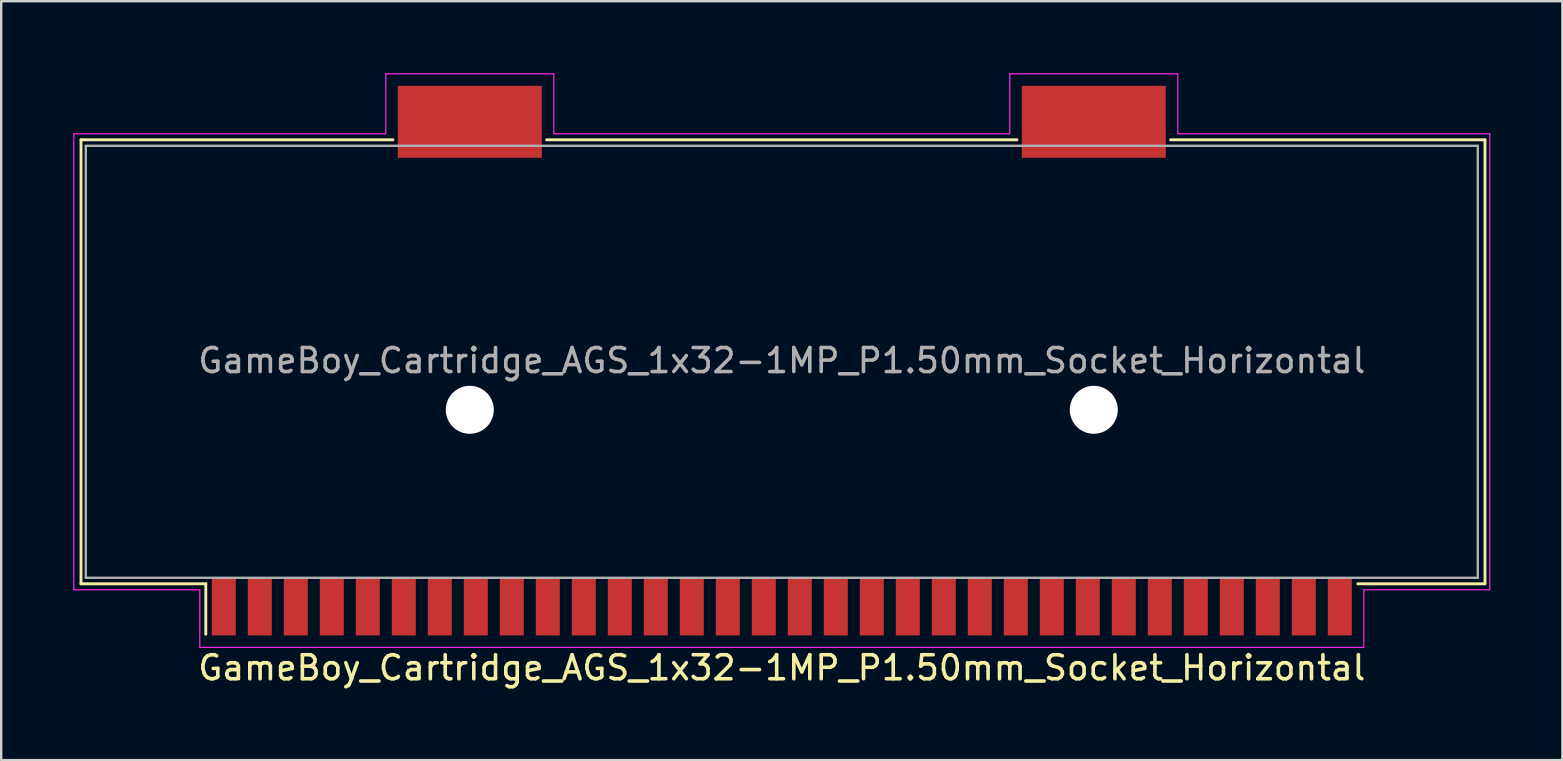
<source format=kicad_pcb>
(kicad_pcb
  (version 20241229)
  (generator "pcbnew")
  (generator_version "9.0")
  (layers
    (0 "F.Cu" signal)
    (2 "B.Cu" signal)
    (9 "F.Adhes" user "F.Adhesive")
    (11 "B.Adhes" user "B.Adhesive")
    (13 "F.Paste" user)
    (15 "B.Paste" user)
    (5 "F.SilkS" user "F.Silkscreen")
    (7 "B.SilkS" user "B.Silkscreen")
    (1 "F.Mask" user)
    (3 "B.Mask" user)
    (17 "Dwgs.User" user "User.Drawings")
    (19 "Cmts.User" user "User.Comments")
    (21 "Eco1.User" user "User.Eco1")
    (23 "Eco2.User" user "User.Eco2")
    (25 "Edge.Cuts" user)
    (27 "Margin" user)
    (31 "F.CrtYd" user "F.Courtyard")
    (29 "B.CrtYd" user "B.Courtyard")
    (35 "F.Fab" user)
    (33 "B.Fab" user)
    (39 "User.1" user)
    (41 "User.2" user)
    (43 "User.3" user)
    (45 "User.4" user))
  (footprint "GameBoy_Cartridge_AGS_1x32-1MP_P1.50mm_Socket_Horizontal"
    (layer "F.Cu")
    (at 29.525 11.975)
    (property "Reference" "GameBoy_Cartridge_AGS_1x32-1MP_P1.50mm_Socket_Horizontal" (at 0 12.8 180) (layer "F.SilkS") (effects (font (size 1 1) (thickness 0.15))))
    (attr smd)
    (fp_line (start -29.2 9.3) (end -29.2 -9.2) (stroke (width 0.12) (type solid)) (layer "F.SilkS"))
    (fp_line (start -29.2 9.3) (end -24 9.3) (stroke (width 0.12) (type solid)) (layer "F.SilkS"))
    (fp_line (start -24 9.3) (end -24 11.4) (stroke (width 0.12) (type solid)) (layer "F.SilkS"))
    (fp_line (start -16.2 -9.2) (end -29.2 -9.2) (stroke (width 0.12) (type solid)) (layer "F.SilkS"))
    (fp_line (start 9.8 -9.2) (end -9.8 -9.2) (stroke (width 0.12) (type solid)) (layer "F.SilkS"))
    (fp_line (start 29.3 -9.2) (end 16.2 -9.2) (stroke (width 0.12) (type solid)) (layer "F.SilkS"))
    (fp_line (start 29.3 9.3) (end 24 9.3) (stroke (width 0.12) (type solid)) (layer "F.SilkS"))
    (fp_line (start 29.3 9.3) (end 29.3 -9.2) (stroke (width 0.12) (type solid)) (layer "F.SilkS"))
    (fp_line (start -29.5 -9.45) (end -16.5 -9.45) (stroke (width 0.05) (type solid)) (layer "F.CrtYd"))
    (fp_line (start -29.5 9.55) (end -29.5 -9.45) (stroke (width 0.05) (type solid)) (layer "F.CrtYd"))
    (fp_line (start -29.5 9.55) (end -24.25 9.55) (stroke (width 0.05) (type solid)) (layer "F.CrtYd"))
    (fp_line (start -24.25 9.55) (end -24.25 11.95) (stroke (width 0.05) (type solid)) (layer "F.CrtYd"))
    (fp_line (start -24.25 11.95) (end 24.25 11.95) (stroke (width 0.05) (type solid)) (layer "F.CrtYd"))
    (fp_line (start -16.5 -9.45) (end -16.5 -11.95) (stroke (width 0.05) (type solid)) (layer "F.CrtYd"))
    (fp_line (start -9.5 -11.95) (end -16.5 -11.95) (stroke (width 0.05) (type solid)) (layer "F.CrtYd"))
    (fp_line (start -9.5 -9.45) (end -9.5 -11.95) (stroke (width 0.05) (type solid)) (layer "F.CrtYd"))
    (fp_line (start -9.5 -9.45) (end 9.5 -9.45) (stroke (width 0.05) (type solid)) (layer "F.CrtYd"))
    (fp_line (start 9.5 -11.95) (end 16.5 -11.95) (stroke (width 0.05) (type solid)) (layer "F.CrtYd"))
    (fp_line (start 9.5 -9.45) (end 9.5 -11.95) (stroke (width 0.05) (type solid)) (layer "F.CrtYd"))
    (fp_line (start 16.5 -9.45) (end 16.5 -11.95) (stroke (width 0.05) (type solid)) (layer "F.CrtYd"))
    (fp_line (start 24.25 9.55) (end 24.25 11.95) (stroke (width 0.05) (type solid)) (layer "F.CrtYd"))
    (fp_line (start 29.5 -9.45) (end 16.5 -9.45) (stroke (width 0.05) (type solid)) (layer "F.CrtYd"))
    (fp_line (start 29.5 9.55) (end 24.25 9.55) (stroke (width 0.05) (type solid)) (layer "F.CrtYd"))
    (fp_line (start 29.5 9.55) (end 29.5 -9.45) (stroke (width 0.05) (type solid)) (layer "F.CrtYd"))
    (fp_line (start -29 -8.95) (end -29 9.05) (stroke (width 0.1) (type solid)) (layer "F.Fab"))
    (fp_line (start 29 -8.95) (end -29 -8.95) (stroke (width 0.1) (type solid)) (layer "F.Fab"))
    (fp_line (start 29 -8.95) (end 29 9.05) (stroke (width 0.1) (type solid)) (layer "F.Fab"))
    (fp_line (start 29 9.05) (end -29 9.05) (stroke (width 0.1) (type solid)) (layer "F.Fab"))
    (fp_text user "${REFERENCE}" (at 0 0 0) (layer "F.Fab") (effects (font (size 1 1) (thickness 0.15))))
    (pad "" np_thru_hole circle (at -13 2.05) (size 2 2) (drill 2) (layers "*.Cu" "*.Mask"))
    (pad "" np_thru_hole circle (at 13 2.05) (size 2 2) (drill 2) (layers "*.Cu" "*.Mask"))
    (pad "1" smd rect (at -23.25 10.25) (size 1 2.4) (layers "F.Cu" "F.Mask" "F.Paste"))
    (pad "2" smd rect (at -21.75 10.25) (size 1 2.4) (layers "F.Cu" "F.Mask" "F.Paste"))
    (pad "3" smd rect (at -20.25 10.25) (size 1 2.4) (layers "F.Cu" "F.Mask" "F.Paste"))
    (pad "4" smd rect (at -18.75 10.25) (size 1 2.4) (layers "F.Cu" "F.Mask" "F.Paste"))
    (pad "5" smd rect (at -17.25 10.25) (size 1 2.4) (layers "F.Cu" "F.Mask" "F.Paste"))
    (pad "6" smd rect (at -15.75 10.25) (size 1 2.4) (layers "F.Cu" "F.Mask" "F.Paste"))
    (pad "7" smd rect (at -14.25 10.25) (size 1 2.4) (layers "F.Cu" "F.Mask" "F.Paste"))
    (pad "8" smd rect (at -12.75 10.25) (size 1 2.4) (layers "F.Cu" "F.Mask" "F.Paste"))
    (pad "9" smd rect (at -11.25 10.25) (size 1 2.4) (layers "F.Cu" "F.Mask" "F.Paste"))
    (pad "10" smd rect (at -9.75 10.25) (size 1 2.4) (layers "F.Cu" "F.Mask" "F.Paste"))
    (pad "11" smd rect (at -8.25 10.25) (size 1 2.4) (layers "F.Cu" "F.Mask" "F.Paste"))
    (pad "12" smd rect (at -6.75 10.25) (size 1 2.4) (layers "F.Cu" "F.Mask" "F.Paste"))
    (pad "13" smd rect (at -5.25 10.25) (size 1 2.4) (layers "F.Cu" "F.Mask" "F.Paste"))
    (pad "14" smd rect (at -3.75 10.25) (size 1 2.4) (layers "F.Cu" "F.Mask" "F.Paste"))
    (pad "15" smd rect (at -2.25 10.25) (size 1 2.4) (layers "F.Cu" "F.Mask" "F.Paste"))
    (pad "16" smd rect (at -0.75 10.25) (size 1 2.4) (layers "F.Cu" "F.Mask" "F.Paste"))
    (pad "17" smd rect (at 0.75 10.25) (size 1 2.4) (layers "F.Cu" "F.Mask" "F.Paste"))
    (pad "18" smd rect (at 2.25 10.25) (size 1 2.4) (layers "F.Cu" "F.Mask" "F.Paste"))
    (pad "19" smd rect (at 3.75 10.25) (size 1 2.4) (layers "F.Cu" "F.Mask" "F.Paste"))
    (pad "20" smd rect (at 5.25 10.25) (size 1 2.4) (layers "F.Cu" "F.Mask" "F.Paste"))
    (pad "21" smd rect (at 6.75 10.25) (size 1 2.4) (layers "F.Cu" "F.Mask" "F.Paste"))
    (pad "22" smd rect (at 8.25 10.25) (size 1 2.4) (layers "F.Cu" "F.Mask" "F.Paste"))
    (pad "23" smd rect (at 9.75 10.25) (size 1 2.4) (layers "F.Cu" "F.Mask" "F.Paste"))
    (pad "24" smd rect (at 11.25 10.25) (size 1 2.4) (layers "F.Cu" "F.Mask" "F.Paste"))
    (pad "25" smd rect (at 12.75 10.25) (size 1 2.4) (layers "F.Cu" "F.Mask" "F.Paste"))
    (pad "26" smd rect (at 14.25 10.25) (size 1 2.4) (layers "F.Cu" "F.Mask" "F.Paste"))
    (pad "27" smd rect (at 15.75 10.25) (size 1 2.4) (layers "F.Cu" "F.Mask" "F.Paste"))
    (pad "28" smd rect (at 17.25 10.25) (size 1 2.4) (layers "F.Cu" "F.Mask" "F.Paste"))
    (pad "29" smd rect (at 18.75 10.25) (size 1 2.4) (layers "F.Cu" "F.Mask" "F.Paste"))
    (pad "30" smd rect (at 20.25 10.25) (size 1 2.4) (layers "F.Cu" "F.Mask" "F.Paste"))
    (pad "31" smd rect (at 21.75 10.25) (size 1 2.4) (layers "F.Cu" "F.Mask" "F.Paste"))
    (pad "32" smd rect (at 23.25 10.25) (size 1 2.4) (layers "F.Cu" "F.Mask" "F.Paste"))
    (pad "MP" smd rect (at -13 -9.95) (size 6 3) (layers "F.Cu" "F.Mask" "F.Paste"))
    (pad "MP" smd rect (at 13 -9.95) (size 6 3) (layers "F.Cu" "F.Mask" "F.Paste")))
  (gr_rect
    (start -3 -3)
    (end 62.05 28.623)
    (stroke (width 0.1) (type default))
    (fill no)
    (layer "Edge.Cuts")))
</source>
